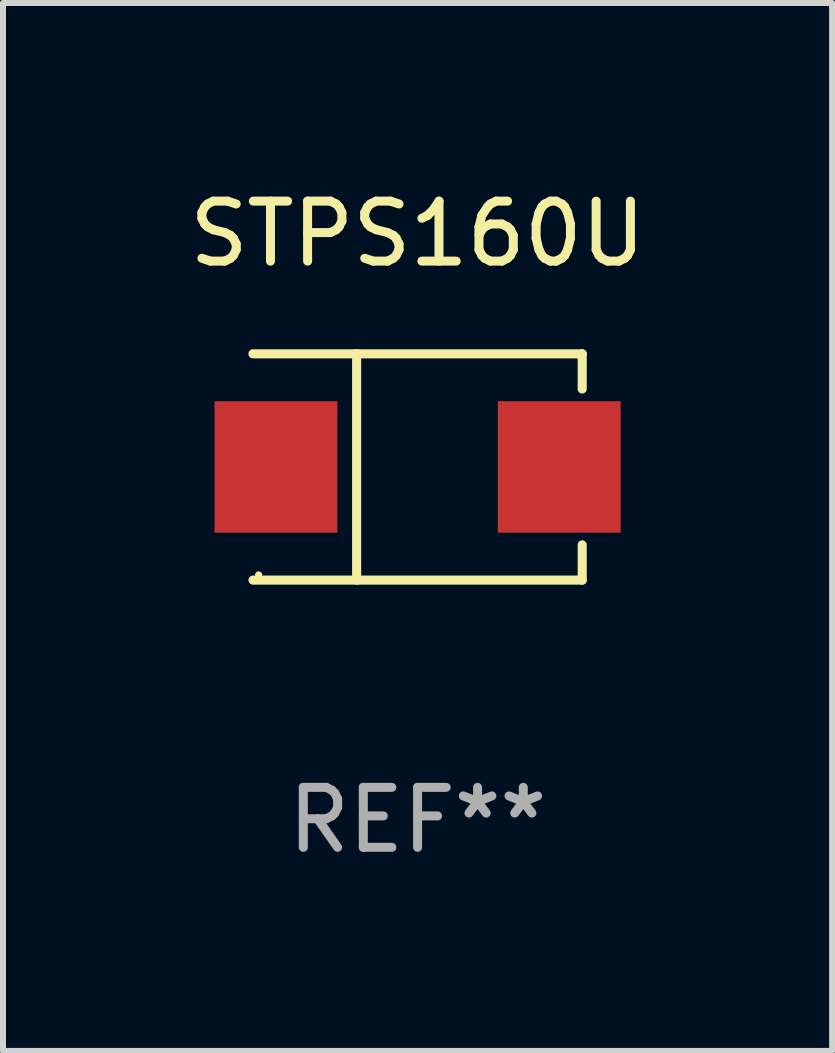
<source format=kicad_pcb>
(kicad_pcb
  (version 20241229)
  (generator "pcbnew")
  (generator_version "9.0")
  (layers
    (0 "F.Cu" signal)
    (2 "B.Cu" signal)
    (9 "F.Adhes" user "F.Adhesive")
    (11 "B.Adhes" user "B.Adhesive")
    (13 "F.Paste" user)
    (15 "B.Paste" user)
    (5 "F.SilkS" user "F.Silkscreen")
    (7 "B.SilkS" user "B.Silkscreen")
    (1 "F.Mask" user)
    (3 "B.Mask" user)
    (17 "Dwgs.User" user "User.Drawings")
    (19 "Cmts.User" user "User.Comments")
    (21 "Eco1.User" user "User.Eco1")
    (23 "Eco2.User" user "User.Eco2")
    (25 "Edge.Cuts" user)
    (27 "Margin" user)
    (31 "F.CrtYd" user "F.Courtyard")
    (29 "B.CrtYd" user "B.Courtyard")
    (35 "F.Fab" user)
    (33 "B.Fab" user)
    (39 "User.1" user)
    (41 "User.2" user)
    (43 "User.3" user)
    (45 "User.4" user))
  (footprint "STPS160U"
    (layer "F.Cu")
    (at 3.911 4.734)
    (property "Reference" "STPS160U" (at 0 -3.886 0) (layer "F.SilkS") (effects (font (size 1 1) (thickness 0.15))))
    (attr through_hole)
    (fp_line (start -2.744 -1.886) (end 2.744 -1.886) (stroke (width 0.152) (type solid)) (layer "F.SilkS"))
    (fp_line (start -2.744 1.886) (end 2.744 1.886) (stroke (width 0.152) (type solid)) (layer "F.SilkS"))
    (fp_line (start -1.016 -1.886) (end -1.016 1.886) (stroke (width 0.152) (type solid)) (layer "F.SilkS"))
    (fp_line (start 2.744 -1.886) (end 2.744 -1.299) (stroke (width 0.152) (type solid)) (layer "F.SilkS"))
    (fp_line (start 2.744 1.886) (end 2.744 1.299) (stroke (width 0.152) (type solid)) (layer "F.SilkS"))
    (fp_circle (center -2.65 1.8) (end -2.62 1.8) (stroke (width 0.06) (type solid)) (fill no) (layer "F.SilkS"))
    (fp_text user "REF**" (at 0 5.886 0) (layer "F.Fab") (effects (font (size 1 1) (thickness 0.15))))
    (pad "1" smd rect (at -2.361 0) (size 2.047 2.192) (layers "F.Cu" "F.Mask" "F.Paste"))
    (pad "2" smd rect (at 2.361 0) (size 2.047 2.192) (layers "F.Cu" "F.Mask" "F.Paste")))
  (gr_rect
    (start -3 -3)
    (end 10.821 14.469)
    (stroke (width 0.1) (type default))
    (fill no)
    (layer "Edge.Cuts")))
</source>
